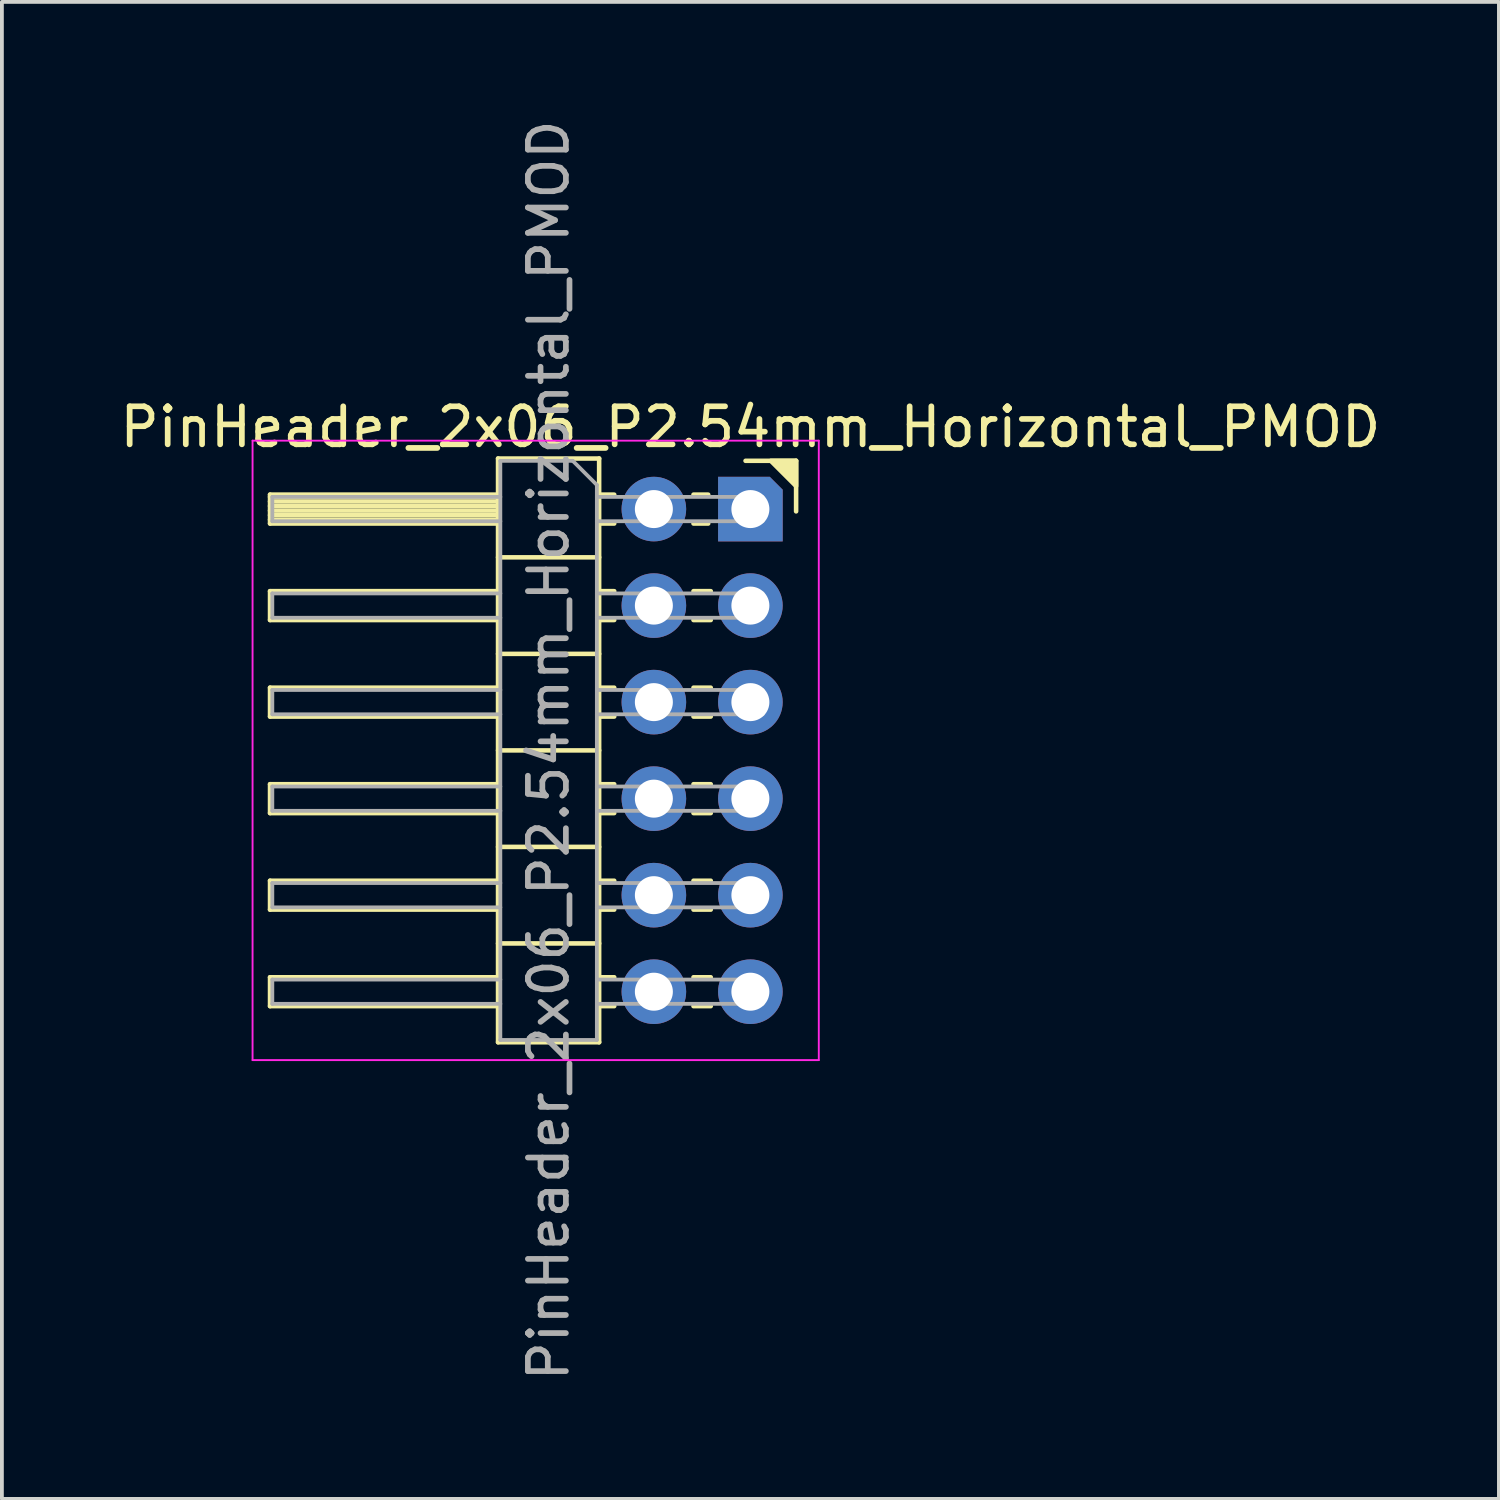
<source format=kicad_pcb>
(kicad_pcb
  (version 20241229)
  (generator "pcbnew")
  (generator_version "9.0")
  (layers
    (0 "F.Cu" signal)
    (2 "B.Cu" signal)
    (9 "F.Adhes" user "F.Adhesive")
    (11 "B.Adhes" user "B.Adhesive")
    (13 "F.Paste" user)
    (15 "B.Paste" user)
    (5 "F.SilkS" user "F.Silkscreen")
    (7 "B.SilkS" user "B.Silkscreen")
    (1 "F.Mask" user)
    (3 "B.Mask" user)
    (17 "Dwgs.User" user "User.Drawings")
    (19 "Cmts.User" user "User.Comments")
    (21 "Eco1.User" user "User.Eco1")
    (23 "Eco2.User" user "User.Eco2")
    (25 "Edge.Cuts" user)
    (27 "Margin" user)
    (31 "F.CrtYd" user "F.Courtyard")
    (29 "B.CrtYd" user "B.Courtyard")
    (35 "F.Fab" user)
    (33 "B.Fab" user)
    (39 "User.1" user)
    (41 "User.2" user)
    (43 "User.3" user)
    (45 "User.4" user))
  (footprint "PinHeader_2x06_P2.54mm_Horizontal_PMOD"
    (layer "F.Cu")
    (at 16.696 10.346)
    (property "Reference" "PinHeader_2x06_P2.54mm_Horizontal_PMOD" (at 0 -2.159 0) (layer "F.SilkS") (effects (font (size 1 1) (thickness 0.15))))
    (attr through_hole)
    (fp_line (start -12.64 -0.38) (end -12.64 0.38) (stroke (width 0.12) (type solid)) (layer "F.SilkS"))
    (fp_line (start -12.64 0.38) (end -6.64 0.38) (stroke (width 0.12) (type solid)) (layer "F.SilkS"))
    (fp_line (start -12.64 2.16) (end -12.64 2.92) (stroke (width 0.12) (type solid)) (layer "F.SilkS"))
    (fp_line (start -12.64 2.92) (end -6.64 2.92) (stroke (width 0.12) (type solid)) (layer "F.SilkS"))
    (fp_line (start -12.64 4.7) (end -12.64 5.46) (stroke (width 0.12) (type solid)) (layer "F.SilkS"))
    (fp_line (start -12.64 5.46) (end -6.64 5.46) (stroke (width 0.12) (type solid)) (layer "F.SilkS"))
    (fp_line (start -12.64 7.24) (end -12.64 8) (stroke (width 0.12) (type solid)) (layer "F.SilkS"))
    (fp_line (start -12.64 8) (end -6.64 8) (stroke (width 0.12) (type solid)) (layer "F.SilkS"))
    (fp_line (start -12.64 9.78) (end -12.64 10.54) (stroke (width 0.12) (type solid)) (layer "F.SilkS"))
    (fp_line (start -12.64 10.54) (end -6.64 10.54) (stroke (width 0.12) (type solid)) (layer "F.SilkS"))
    (fp_line (start -12.64 12.32) (end -12.64 13.08) (stroke (width 0.12) (type solid)) (layer "F.SilkS"))
    (fp_line (start -12.64 13.08) (end -6.64 13.08) (stroke (width 0.12) (type solid)) (layer "F.SilkS"))
    (fp_line (start -6.64 -1.33) (end -3.98 -1.33) (stroke (width 0.12) (type solid)) (layer "F.SilkS"))
    (fp_line (start -6.64 -0.38) (end -12.64 -0.38) (stroke (width 0.12) (type solid)) (layer "F.SilkS"))
    (fp_line (start -6.64 -0.32) (end -12.64 -0.32) (stroke (width 0.12) (type solid)) (layer "F.SilkS"))
    (fp_line (start -6.64 -0.2) (end -12.64 -0.2) (stroke (width 0.12) (type solid)) (layer "F.SilkS"))
    (fp_line (start -6.64 -0.08) (end -12.64 -0.08) (stroke (width 0.12) (type solid)) (layer "F.SilkS"))
    (fp_line (start -6.64 0.04) (end -12.64 0.04) (stroke (width 0.12) (type solid)) (layer "F.SilkS"))
    (fp_line (start -6.64 0.16) (end -12.64 0.16) (stroke (width 0.12) (type solid)) (layer "F.SilkS"))
    (fp_line (start -6.64 0.28) (end -12.64 0.28) (stroke (width 0.12) (type solid)) (layer "F.SilkS"))
    (fp_line (start -6.64 2.16) (end -12.64 2.16) (stroke (width 0.12) (type solid)) (layer "F.SilkS"))
    (fp_line (start -6.64 4.7) (end -12.64 4.7) (stroke (width 0.12) (type solid)) (layer "F.SilkS"))
    (fp_line (start -6.64 7.24) (end -12.64 7.24) (stroke (width 0.12) (type solid)) (layer "F.SilkS"))
    (fp_line (start -6.64 9.78) (end -12.64 9.78) (stroke (width 0.12) (type solid)) (layer "F.SilkS"))
    (fp_line (start -6.64 12.32) (end -12.64 12.32) (stroke (width 0.12) (type solid)) (layer "F.SilkS"))
    (fp_line (start -6.64 14.03) (end -6.64 -1.33) (stroke (width 0.12) (type solid)) (layer "F.SilkS"))
    (fp_line (start -3.98 -1.33) (end -3.98 14.03) (stroke (width 0.12) (type solid)) (layer "F.SilkS"))
    (fp_line (start -3.98 1.27) (end -6.64 1.27) (stroke (width 0.12) (type solid)) (layer "F.SilkS"))
    (fp_line (start -3.98 3.81) (end -6.64 3.81) (stroke (width 0.12) (type solid)) (layer "F.SilkS"))
    (fp_line (start -3.98 6.35) (end -6.64 6.35) (stroke (width 0.12) (type solid)) (layer "F.SilkS"))
    (fp_line (start -3.98 8.89) (end -6.64 8.89) (stroke (width 0.12) (type solid)) (layer "F.SilkS"))
    (fp_line (start -3.98 11.43) (end -6.64 11.43) (stroke (width 0.12) (type solid)) (layer "F.SilkS"))
    (fp_line (start -3.98 14.03) (end -6.64 14.03) (stroke (width 0.12) (type solid)) (layer "F.SilkS"))
    (fp_line (start -3.583 -0.38) (end -3.98 -0.38) (stroke (width 0.12) (type solid)) (layer "F.SilkS"))
    (fp_line (start -3.583 0.38) (end -3.98 0.38) (stroke (width 0.12) (type solid)) (layer "F.SilkS"))
    (fp_line (start -3.583 2.16) (end -3.98 2.16) (stroke (width 0.12) (type solid)) (layer "F.SilkS"))
    (fp_line (start -3.583 2.92) (end -3.98 2.92) (stroke (width 0.12) (type solid)) (layer "F.SilkS"))
    (fp_line (start -3.583 4.7) (end -3.98 4.7) (stroke (width 0.12) (type solid)) (layer "F.SilkS"))
    (fp_line (start -3.583 5.46) (end -3.98 5.46) (stroke (width 0.12) (type solid)) (layer "F.SilkS"))
    (fp_line (start -3.583 7.24) (end -3.98 7.24) (stroke (width 0.12) (type solid)) (layer "F.SilkS"))
    (fp_line (start -3.583 8) (end -3.98 8) (stroke (width 0.12) (type solid)) (layer "F.SilkS"))
    (fp_line (start -3.583 9.78) (end -3.98 9.78) (stroke (width 0.12) (type solid)) (layer "F.SilkS"))
    (fp_line (start -3.583 10.54) (end -3.98 10.54) (stroke (width 0.12) (type solid)) (layer "F.SilkS"))
    (fp_line (start -3.583 12.32) (end -3.98 12.32) (stroke (width 0.12) (type solid)) (layer "F.SilkS"))
    (fp_line (start -3.583 13.08) (end -3.98 13.08) (stroke (width 0.12) (type solid)) (layer "F.SilkS"))
    (fp_line (start -1.11 -0.38) (end -1.497 -0.38) (stroke (width 0.12) (type solid)) (layer "F.SilkS"))
    (fp_line (start -1.11 0.38) (end -1.497 0.38) (stroke (width 0.12) (type solid)) (layer "F.SilkS"))
    (fp_line (start -1.043 2.16) (end -1.497 2.16) (stroke (width 0.12) (type solid)) (layer "F.SilkS"))
    (fp_line (start -1.043 2.92) (end -1.497 2.92) (stroke (width 0.12) (type solid)) (layer "F.SilkS"))
    (fp_line (start -1.043 4.7) (end -1.497 4.7) (stroke (width 0.12) (type solid)) (layer "F.SilkS"))
    (fp_line (start -1.043 5.46) (end -1.497 5.46) (stroke (width 0.12) (type solid)) (layer "F.SilkS"))
    (fp_line (start -1.043 7.24) (end -1.497 7.24) (stroke (width 0.12) (type solid)) (layer "F.SilkS"))
    (fp_line (start -1.043 8) (end -1.497 8) (stroke (width 0.12) (type solid)) (layer "F.SilkS"))
    (fp_line (start -1.043 9.78) (end -1.497 9.78) (stroke (width 0.12) (type solid)) (layer "F.SilkS"))
    (fp_line (start -1.043 10.54) (end -1.497 10.54) (stroke (width 0.12) (type solid)) (layer "F.SilkS"))
    (fp_line (start -1.043 12.32) (end -1.497 12.32) (stroke (width 0.12) (type solid)) (layer "F.SilkS"))
    (fp_line (start -1.043 13.08) (end -1.497 13.08) (stroke (width 0.12) (type solid)) (layer "F.SilkS"))
    (fp_line (start 1.203 -1.27) (end -0.127 -1.27) (stroke (width 0.12) (type solid)) (layer "F.SilkS"))
    (fp_line (start 1.203 0.06) (end 1.203 -1.27) (stroke (width 0.12) (type solid)) (layer "F.SilkS"))
    (fp_poly (pts (xy 0.538 -1.27) (xy 1.203 -1.27) (xy 1.203 -0.605)) (stroke (width 0.12) (type solid)) (fill yes) (layer "F.SilkS"))
    (fp_line (start -13.1 -1.8) (end 1.8 -1.8) (stroke (width 0.05) (type solid)) (layer "F.CrtYd"))
    (fp_line (start -13.1 14.5) (end -13.1 -1.8) (stroke (width 0.05) (type solid)) (layer "F.CrtYd"))
    (fp_line (start 1.8 -1.8) (end 1.8 14.5) (stroke (width 0.05) (type solid)) (layer "F.CrtYd"))
    (fp_line (start 1.8 14.5) (end -13.1 14.5) (stroke (width 0.05) (type solid)) (layer "F.CrtYd"))
    (fp_line (start -12.58 -0.32) (end -12.58 0.32) (stroke (width 0.1) (type solid)) (layer "F.Fab"))
    (fp_line (start -12.58 2.22) (end -12.58 2.86) (stroke (width 0.1) (type solid)) (layer "F.Fab"))
    (fp_line (start -12.58 4.76) (end -12.58 5.4) (stroke (width 0.1) (type solid)) (layer "F.Fab"))
    (fp_line (start -12.58 7.3) (end -12.58 7.94) (stroke (width 0.1) (type solid)) (layer "F.Fab"))
    (fp_line (start -12.58 9.84) (end -12.58 10.48) (stroke (width 0.1) (type solid)) (layer "F.Fab"))
    (fp_line (start -12.58 12.38) (end -12.58 13.02) (stroke (width 0.1) (type solid)) (layer "F.Fab"))
    (fp_line (start -6.58 -1.27) (end -6.58 13.97) (stroke (width 0.1) (type solid)) (layer "F.Fab"))
    (fp_line (start -6.58 -0.32) (end -12.58 -0.32) (stroke (width 0.1) (type solid)) (layer "F.Fab"))
    (fp_line (start -6.58 0.32) (end -12.58 0.32) (stroke (width 0.1) (type solid)) (layer "F.Fab"))
    (fp_line (start -6.58 2.22) (end -12.58 2.22) (stroke (width 0.1) (type solid)) (layer "F.Fab"))
    (fp_line (start -6.58 2.86) (end -12.58 2.86) (stroke (width 0.1) (type solid)) (layer "F.Fab"))
    (fp_line (start -6.58 4.76) (end -12.58 4.76) (stroke (width 0.1) (type solid)) (layer "F.Fab"))
    (fp_line (start -6.58 5.4) (end -12.58 5.4) (stroke (width 0.1) (type solid)) (layer "F.Fab"))
    (fp_line (start -6.58 7.3) (end -12.58 7.3) (stroke (width 0.1) (type solid)) (layer "F.Fab"))
    (fp_line (start -6.58 7.94) (end -12.58 7.94) (stroke (width 0.1) (type solid)) (layer "F.Fab"))
    (fp_line (start -6.58 9.84) (end -12.58 9.84) (stroke (width 0.1) (type solid)) (layer "F.Fab"))
    (fp_line (start -6.58 10.48) (end -12.58 10.48) (stroke (width 0.1) (type solid)) (layer "F.Fab"))
    (fp_line (start -6.58 12.38) (end -12.58 12.38) (stroke (width 0.1) (type solid)) (layer "F.Fab"))
    (fp_line (start -6.58 13.02) (end -12.58 13.02) (stroke (width 0.1) (type solid)) (layer "F.Fab"))
    (fp_line (start -6.58 13.97) (end -4.04 13.97) (stroke (width 0.1) (type solid)) (layer "F.Fab"))
    (fp_line (start -4.675 -1.27) (end -6.58 -1.27) (stroke (width 0.1) (type solid)) (layer "F.Fab"))
    (fp_line (start -4.04 -0.635) (end -4.675 -1.27) (stroke (width 0.1) (type solid)) (layer "F.Fab"))
    (fp_line (start -4.04 13.97) (end -4.04 -0.635) (stroke (width 0.1) (type solid)) (layer "F.Fab"))
    (fp_line (start 0.32 -0.32) (end -4.04 -0.32) (stroke (width 0.1) (type solid)) (layer "F.Fab"))
    (fp_line (start 0.32 -0.32) (end 0.32 0.32) (stroke (width 0.1) (type solid)) (layer "F.Fab"))
    (fp_line (start 0.32 0.32) (end -4.04 0.32) (stroke (width 0.1) (type solid)) (layer "F.Fab"))
    (fp_line (start 0.32 2.22) (end -4.04 2.22) (stroke (width 0.1) (type solid)) (layer "F.Fab"))
    (fp_line (start 0.32 2.22) (end 0.32 2.86) (stroke (width 0.1) (type solid)) (layer "F.Fab"))
    (fp_line (start 0.32 2.86) (end -4.04 2.86) (stroke (width 0.1) (type solid)) (layer "F.Fab"))
    (fp_line (start 0.32 4.76) (end -4.04 4.76) (stroke (width 0.1) (type solid)) (layer "F.Fab"))
    (fp_line (start 0.32 4.76) (end 0.32 5.4) (stroke (width 0.1) (type solid)) (layer "F.Fab"))
    (fp_line (start 0.32 5.4) (end -4.04 5.4) (stroke (width 0.1) (type solid)) (layer "F.Fab"))
    (fp_line (start 0.32 7.3) (end -4.04 7.3) (stroke (width 0.1) (type solid)) (layer "F.Fab"))
    (fp_line (start 0.32 7.3) (end 0.32 7.94) (stroke (width 0.1) (type solid)) (layer "F.Fab"))
    (fp_line (start 0.32 7.94) (end -4.04 7.94) (stroke (width 0.1) (type solid)) (layer "F.Fab"))
    (fp_line (start 0.32 9.84) (end -4.04 9.84) (stroke (width 0.1) (type solid)) (layer "F.Fab"))
    (fp_line (start 0.32 9.84) (end 0.32 10.48) (stroke (width 0.1) (type solid)) (layer "F.Fab"))
    (fp_line (start 0.32 10.48) (end -4.04 10.48) (stroke (width 0.1) (type solid)) (layer "F.Fab"))
    (fp_line (start 0.32 12.38) (end -4.04 12.38) (stroke (width 0.1) (type solid)) (layer "F.Fab"))
    (fp_line (start 0.32 12.38) (end 0.32 13.02) (stroke (width 0.1) (type solid)) (layer "F.Fab"))
    (fp_line (start 0.32 13.02) (end -4.04 13.02) (stroke (width 0.1) (type solid)) (layer "F.Fab"))
    (fp_text user "${REFERENCE}" (at -5.31 6.35 90) (layer "F.Fab") (effects (font (size 1 1) (thickness 0.15))))
    (pad "1" thru_hole roundrect (at 0 0) (size 1.7 1.7) (drill 1) (layers "*.Cu" "*.Mask") (roundrect_rratio 0) (chamfer_ratio 0.2) (chamfer top_right))
    (pad "2" thru_hole oval (at 0 2.54) (size 1.7 1.7) (drill 1) (layers "*.Cu" "*.Mask"))
    (pad "3" thru_hole oval (at 0 5.08) (size 1.7 1.7) (drill 1) (layers "*.Cu" "*.Mask"))
    (pad "4" thru_hole oval (at 0 7.62) (size 1.7 1.7) (drill 1) (layers "*.Cu" "*.Mask"))
    (pad "5" thru_hole oval (at 0 10.16) (size 1.7 1.7) (drill 1) (layers "*.Cu" "*.Mask"))
    (pad "6" thru_hole oval (at 0 12.7) (size 1.7 1.7) (drill 1) (layers "*.Cu" "*.Mask"))
    (pad "7" thru_hole oval (at -2.54 0) (size 1.7 1.7) (drill 1) (layers "*.Cu" "*.Mask"))
    (pad "8" thru_hole oval (at -2.54 2.54) (size 1.7 1.7) (drill 1) (layers "*.Cu" "*.Mask"))
    (pad "9" thru_hole oval (at -2.54 5.08) (size 1.7 1.7) (drill 1) (layers "*.Cu" "*.Mask"))
    (pad "10" thru_hole oval (at -2.54 7.62) (size 1.7 1.7) (drill 1) (layers "*.Cu" "*.Mask"))
    (pad "11" thru_hole oval (at -2.54 10.16) (size 1.7 1.7) (drill 1) (layers "*.Cu" "*.Mask"))
    (pad "12" thru_hole oval (at -2.54 12.7) (size 1.7 1.7) (drill 1) (layers "*.Cu" "*.Mask")))
  (gr_rect
    (start -3 -3)
    (end 36.393 36.393)
    (stroke (width 0.1) (type default))
    (fill no)
    (layer "Edge.Cuts")))
</source>
